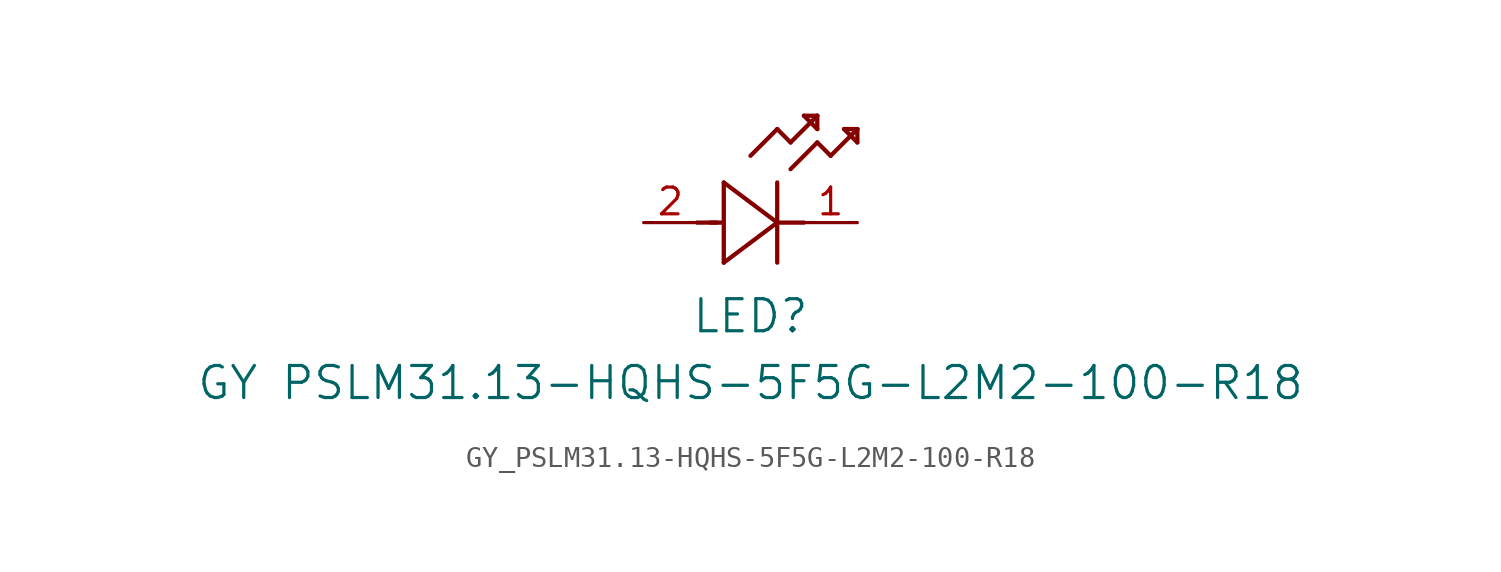
<source format=kicad_sym>
(kicad_symbol_lib
  (version 20211014)
  (generator kicad_symbol_editor)
  (symbol "GY_PSLM31.13-HQHS-5F5G-L2M2-100-R18"
    (pin_names
      (offset 0.254))
    (property "Reference" "LED"
      (at 5.08 -4.445 0)
      (effects (font (size 1.524 1.524))))
    (property "Value" "GY PSLM31.13-HQHS-5F5G-L2M2-100-R18"
      (at 5.08 -7.62 0)
      (effects (font (size 1.524 1.524))))
    (symbol "GY_PSLM31.13-HQHS-5F5G-L2M2-100-R18_0_1"
      (polyline (pts (xy 2.54 0) (xy 3.48 0)) (stroke (width 0.203) (type default) (color 0 0 0 0)) (fill (type none)))
      (polyline (pts (xy 3.81 1.905) (xy 3.81 -1.905)) (stroke (width 0.203) (type default) (color 0 0 0 0)) (fill (type none)))
      (polyline (pts (xy 3.175 0) (xy 3.81 0)) (stroke (width 0.203) (type default) (color 0 0 0 0)) (fill (type none)))
      (polyline (pts (xy 6.35 -1.905) (xy 6.35 1.905)) (stroke (width 0.203) (type default) (color 0 0 0 0)) (fill (type none)))
      (polyline (pts (xy 6.35 0) (xy 7.62 0)) (stroke (width 0.203) (type default) (color 0 0 0 0)) (fill (type none)))
      (polyline (pts (xy 6.35 4.445) (xy 6.985 3.81)) (stroke (width 0.203) (type default) (color 0 0 0 0)) (fill (type none)))
      (polyline (pts (xy 6.985 3.81) (xy 8.255 5.08)) (stroke (width 0.203) (type default) (color 0 0 0 0)) (fill (type none)))
      (polyline (pts (xy 8.255 3.81) (xy 8.89 3.175)) (stroke (width 0.203) (type default) (color 0 0 0 0)) (fill (type none)))
      (polyline (pts (xy 8.89 3.175) (xy 10.16 4.445)) (stroke (width 0.203) (type default) (color 0 0 0 0)) (fill (type none)))
      (polyline (pts (xy 8.255 5.08) (xy 7.62 5.08)) (stroke (width 0.203) (type default) (color 0 0 0 0)) (fill (type none)))
      (polyline (pts (xy 7.62 5.08) (xy 8.255 4.445)) (stroke (width 0.203) (type default) (color 0 0 0 0)) (fill (type none)))
      (polyline (pts (xy 8.255 4.445) (xy 8.255 5.08)) (stroke (width 0.203) (type default) (color 0 0 0 0)) (fill (type none)))
      (polyline (pts (xy 10.16 4.445) (xy 9.525 4.445)) (stroke (width 0.203) (type default) (color 0 0 0 0)) (fill (type none)))
      (polyline (pts (xy 9.525 4.445) (xy 10.16 3.81)) (stroke (width 0.203) (type default) (color 0 0 0 0)) (fill (type none)))
      (polyline (pts (xy 10.16 3.81) (xy 10.16 4.445)) (stroke (width 0.203) (type default) (color 0 0 0 0)) (fill (type none)))
      (polyline (pts (xy 6.985 2.54) (xy 8.255 3.81)) (stroke (width 0.203) (type default) (color 0 0 0 0)) (fill (type none)))
      (polyline (pts (xy 6.35 0) (xy 3.81 1.905)) (stroke (width 0.203) (type default) (color 0 0 0 0)) (fill (type none)))
      (polyline (pts (xy 3.81 -1.905) (xy 6.35 0)) (stroke (width 0.203) (type default) (color 0 0 0 0)) (fill (type none)))
      (polyline (pts (xy 5.08 3.175) (xy 6.35 4.445)) (stroke (width 0.203) (type default) (color 0 0 0 0)) (fill (type none)))
      (pin unspecified line (at 10.16 0 180) (length 2.54) (name "" (effects (font (size 1.27 1.27)))) (number "1" (effects (font (size 1.27 1.27)))))
      (pin unspecified line (at 0 0 0) (length 2.54) (name "" (effects (font (size 1.27 1.27)))) (number "2" (effects (font (size 1.27 1.27))))))))
</source>
